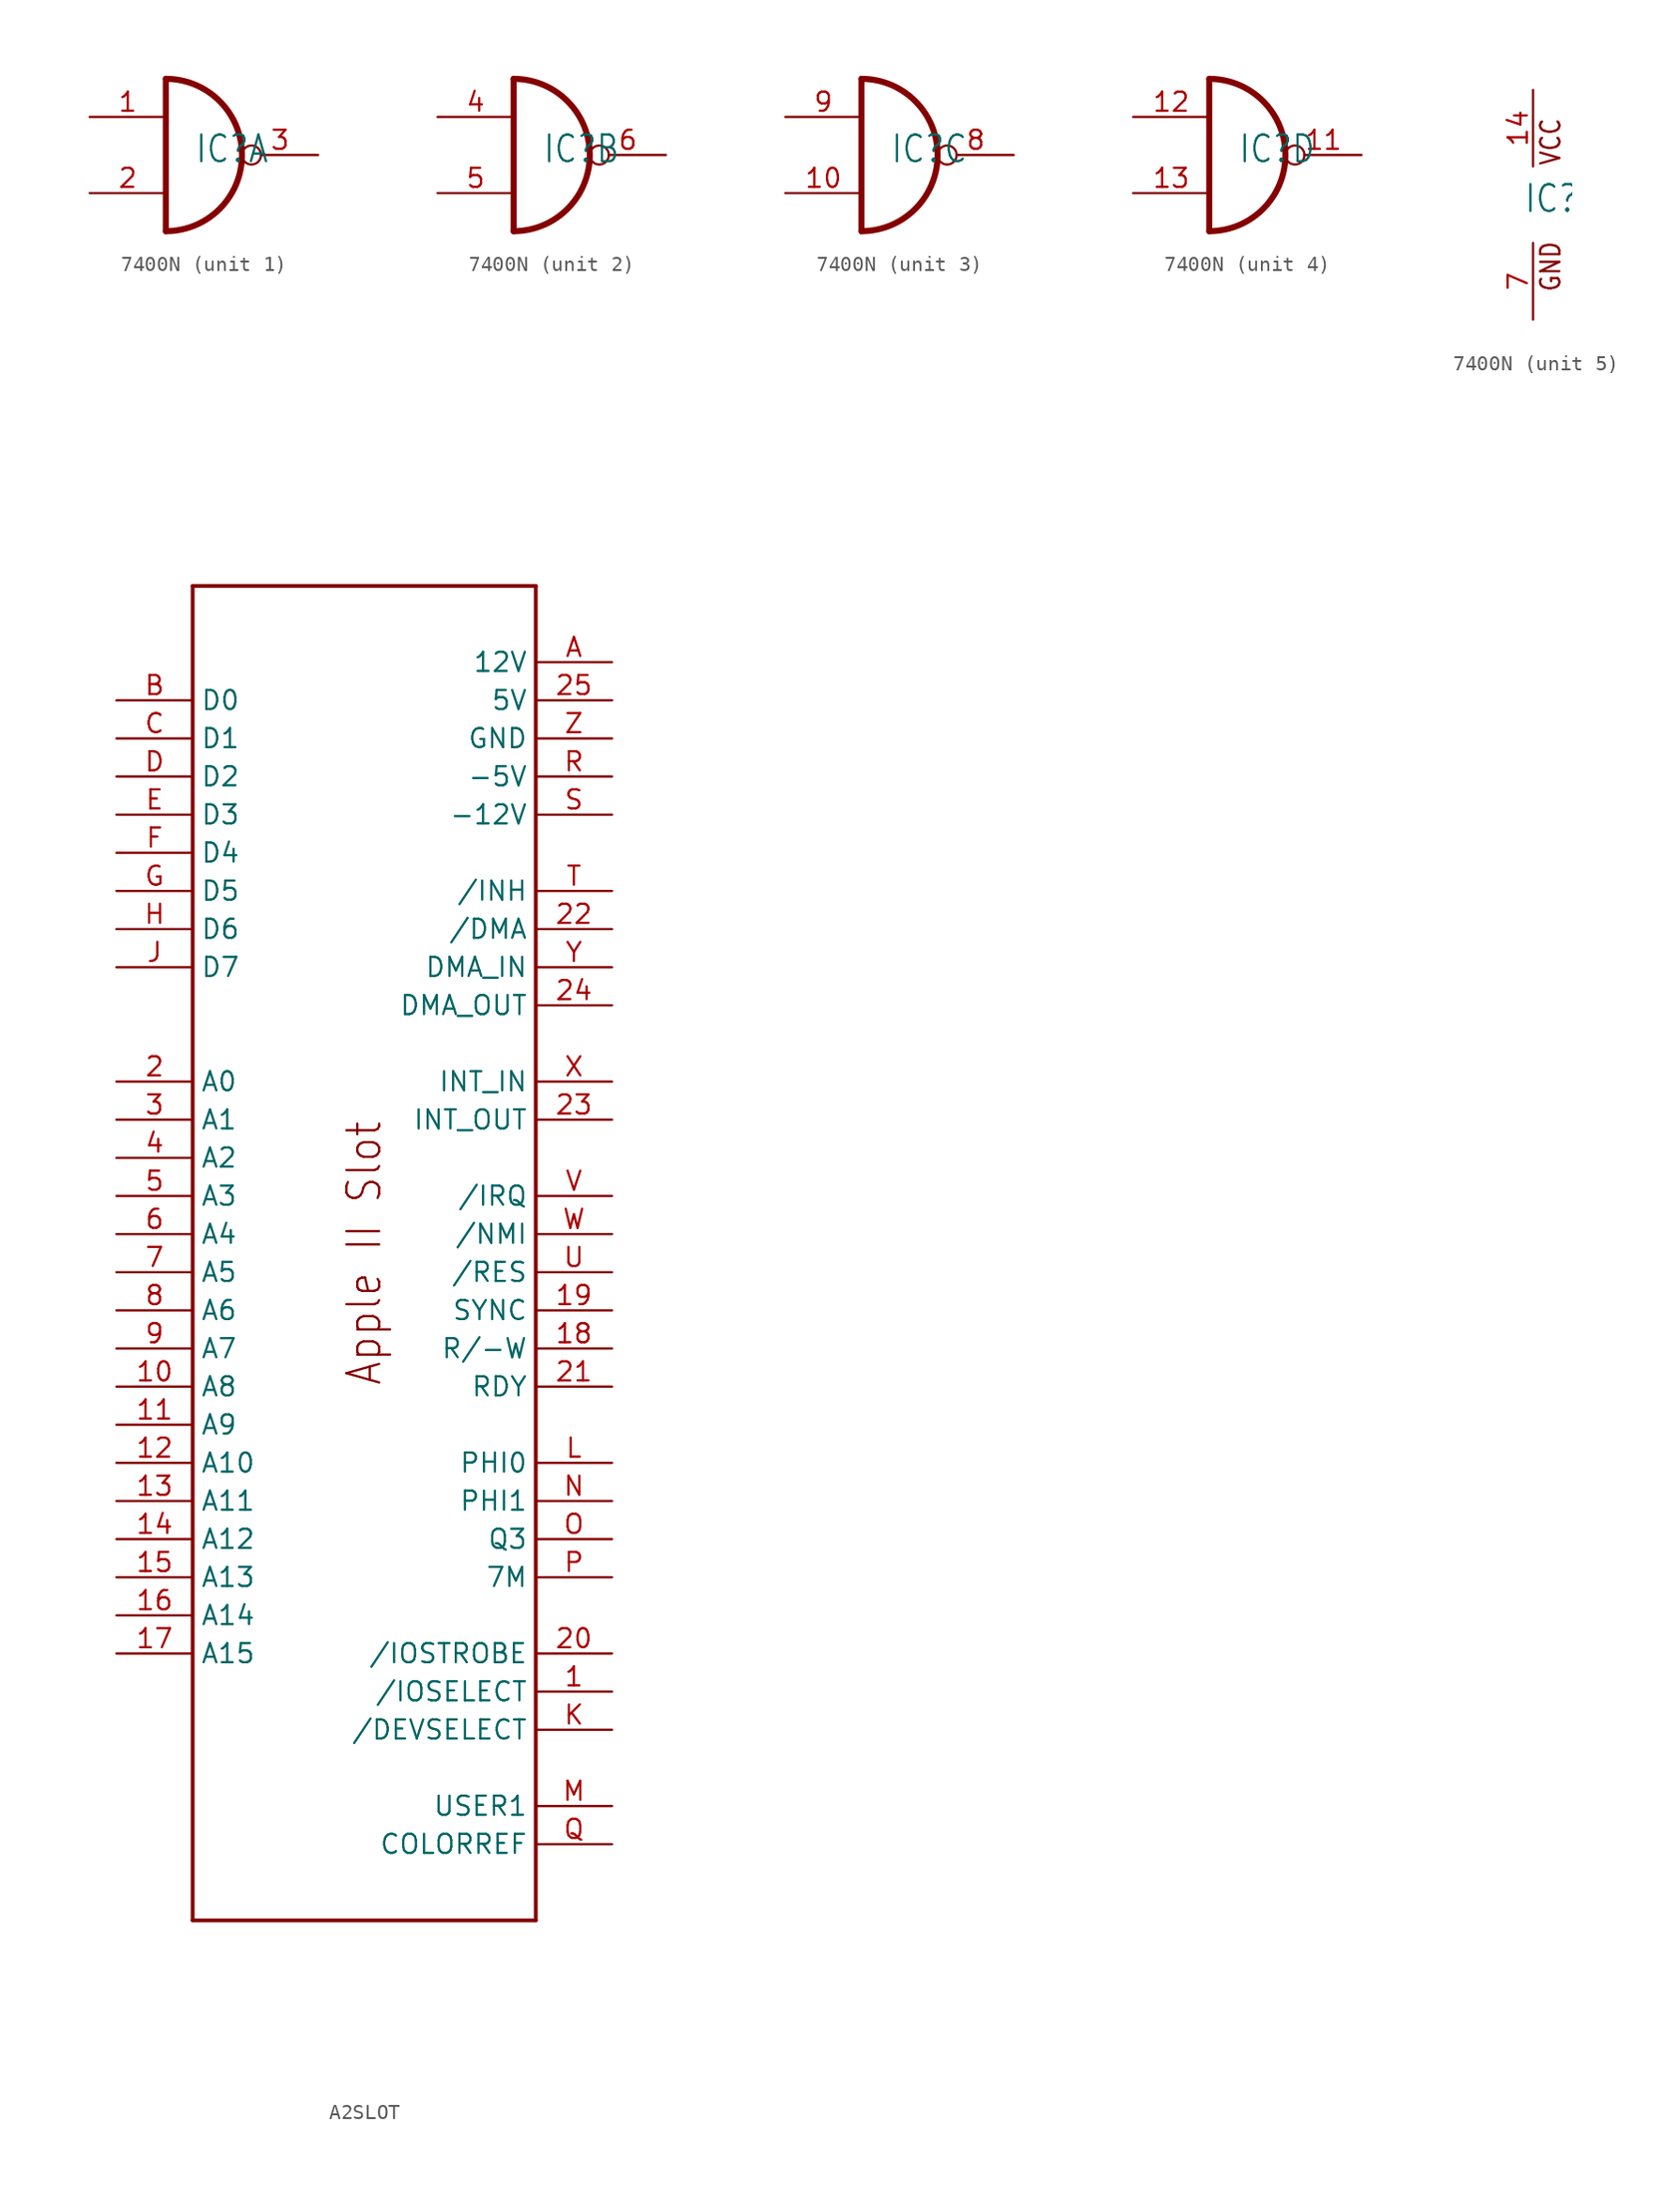
<source format=kicad_sym>
(kicad_symbol_lib
  (version 20220914)
  (generator kicad_symbol_editor)
  (symbol "7400N"
    (property "Reference" "IC"
      (at -0.635 -0.635 0)
      (effects (font (size 1.778 1.511)) (justify left bottom)))
    (property "ki_locked" ""
      (at 0 0 0)
      (effects (font (size 1.27 1.27))))
    (symbol "7400N_1_0"
      (arc (start -2.54 -5.08) (mid 2.54 0) (end -2.54 5.08) (stroke (width 0.4064) (type solid)) (fill (type none)))
      (polyline (pts (xy -2.54 5.08) (xy -2.54 -5.08)) (stroke (width 0.406) (type solid)) (fill (type none)))
      (pin input line (at -7.62 2.54 0) (length 5.08) (name "I0" (effects (font (size 0 0)))) (number "1" (effects (font (size 1.27 1.27)))))
      (pin input line (at -7.62 -2.54 0) (length 5.08) (name "I1" (effects (font (size 0 0)))) (number "2" (effects (font (size 1.27 1.27)))))
      (pin output inverted (at 7.62 0 180) (length 5.08) (name "O" (effects (font (size 0 0)))) (number "3" (effects (font (size 1.27 1.27))))))
    (symbol "7400N_2_0"
      (arc (start -2.54 -5.08) (mid 2.54 0) (end -2.54 5.08) (stroke (width 0.4064) (type solid)) (fill (type none)))
      (polyline (pts (xy -2.54 5.08) (xy -2.54 -5.08)) (stroke (width 0.406) (type solid)) (fill (type none)))
      (pin input line (at -7.62 2.54 0) (length 5.08) (name "I0" (effects (font (size 0 0)))) (number "4" (effects (font (size 1.27 1.27)))))
      (pin input line (at -7.62 -2.54 0) (length 5.08) (name "I1" (effects (font (size 0 0)))) (number "5" (effects (font (size 1.27 1.27)))))
      (pin output inverted (at 7.62 0 180) (length 5.08) (name "O" (effects (font (size 0 0)))) (number "6" (effects (font (size 1.27 1.27))))))
    (symbol "7400N_3_0"
      (arc (start -2.54 -5.08) (mid 2.54 0) (end -2.54 5.08) (stroke (width 0.4064) (type solid)) (fill (type none)))
      (polyline (pts (xy -2.54 5.08) (xy -2.54 -5.08)) (stroke (width 0.406) (type solid)) (fill (type none)))
      (pin input line (at -7.62 -2.54 0) (length 5.08) (name "I1" (effects (font (size 0 0)))) (number "10" (effects (font (size 1.27 1.27)))))
      (pin output inverted (at 7.62 0 180) (length 5.08) (name "O" (effects (font (size 0 0)))) (number "8" (effects (font (size 1.27 1.27)))))
      (pin input line (at -7.62 2.54 0) (length 5.08) (name "I0" (effects (font (size 0 0)))) (number "9" (effects (font (size 1.27 1.27))))))
    (symbol "7400N_4_0"
      (arc (start -2.54 -5.08) (mid 2.54 0) (end -2.54 5.08) (stroke (width 0.4064) (type solid)) (fill (type none)))
      (polyline (pts (xy -2.54 5.08) (xy -2.54 -5.08)) (stroke (width 0.406) (type solid)) (fill (type none)))
      (pin output inverted (at 7.62 0 180) (length 5.08) (name "O" (effects (font (size 0 0)))) (number "11" (effects (font (size 1.27 1.27)))))
      (pin input line (at -7.62 2.54 0) (length 5.08) (name "I0" (effects (font (size 0 0)))) (number "12" (effects (font (size 1.27 1.27)))))
      (pin input line (at -7.62 -2.54 0) (length 5.08) (name "I1" (effects (font (size 0 0)))) (number "13" (effects (font (size 1.27 1.27))))))
    (symbol "7400N_5_0"
      (text "GND" (at 1.905 -5.842 900) (effects (font (size 1.27 1.079)) (justify left bottom)))
      (text "VCC" (at 1.905 2.54 900) (effects (font (size 1.27 1.079)) (justify left bottom)))
      (pin power_in line (at 0 7.62 270) (length 5.08) (name "VCC" (effects (font (size 0 0)))) (number "14" (effects (font (size 1.27 1.27)))))
      (pin power_in line (at 0 -7.62 90) (length 5.08) (name "GND" (effects (font (size 0 0)))) (number "7" (effects (font (size 1.27 1.27)))))))
  (symbol "A2SLOT"
    (property "Reference" ""
      (at -7.62 22.86 0)
      (effects (font (size 2.184 1.857)) (justify left bottom) hide))
    (property "Value" ""
      (at -7.62 -68.58 0)
      (effects (font (size 2.184 1.857)) (justify left bottom)))
    (property "ki_locked" ""
      (at 0 0 0)
      (effects (font (size 1.27 1.27))))
    (symbol "A2SLOT_1_0"
      (polyline (pts (xy -12.7 -66.04) (xy -12.7 22.86)) (stroke (width 0.254) (type solid)) (fill (type none)))
      (polyline (pts (xy -12.7 22.86) (xy 10.16 22.86)) (stroke (width 0.254) (type solid)) (fill (type none)))
      (polyline (pts (xy 10.16 -66.04) (xy -12.7 -66.04)) (stroke (width 0.254) (type solid)) (fill (type none)))
      (polyline (pts (xy 10.16 22.86) (xy 10.16 -66.04)) (stroke (width 0.254) (type solid)) (fill (type none)))
      (text "Apple II Slot" (at 0 -30.48 900) (effects (font (size 2.184 1.857)) (justify left bottom)))
      (pin bidirectional line (at 15.24 -50.8 180) (length 5.08) (name "/IOSELECT" (effects (font (size 1.27 1.27)))) (number "1" (effects (font (size 1.27 1.27)))))
      (pin bidirectional line (at -17.78 -30.48 0) (length 5.08) (name "A8" (effects (font (size 1.27 1.27)))) (number "10" (effects (font (size 1.27 1.27)))))
      (pin bidirectional line (at -17.78 -33.02 0) (length 5.08) (name "A9" (effects (font (size 1.27 1.27)))) (number "11" (effects (font (size 1.27 1.27)))))
      (pin bidirectional line (at -17.78 -35.56 0) (length 5.08) (name "A10" (effects (font (size 1.27 1.27)))) (number "12" (effects (font (size 1.27 1.27)))))
      (pin bidirectional line (at -17.78 -38.1 0) (length 5.08) (name "A11" (effects (font (size 1.27 1.27)))) (number "13" (effects (font (size 1.27 1.27)))))
      (pin bidirectional line (at -17.78 -40.64 0) (length 5.08) (name "A12" (effects (font (size 1.27 1.27)))) (number "14" (effects (font (size 1.27 1.27)))))
      (pin bidirectional line (at -17.78 -43.18 0) (length 5.08) (name "A13" (effects (font (size 1.27 1.27)))) (number "15" (effects (font (size 1.27 1.27)))))
      (pin bidirectional line (at -17.78 -45.72 0) (length 5.08) (name "A14" (effects (font (size 1.27 1.27)))) (number "16" (effects (font (size 1.27 1.27)))))
      (pin bidirectional line (at -17.78 -48.26 0) (length 5.08) (name "A15" (effects (font (size 1.27 1.27)))) (number "17" (effects (font (size 1.27 1.27)))))
      (pin bidirectional line (at 15.24 -27.94 180) (length 5.08) (name "R/-W" (effects (font (size 1.27 1.27)))) (number "18" (effects (font (size 1.27 1.27)))))
      (pin bidirectional line (at 15.24 -25.4 180) (length 5.08) (name "SYNC" (effects (font (size 1.27 1.27)))) (number "19" (effects (font (size 1.27 1.27)))))
      (pin bidirectional line (at -17.78 -10.16 0) (length 5.08) (name "A0" (effects (font (size 1.27 1.27)))) (number "2" (effects (font (size 1.27 1.27)))))
      (pin bidirectional line (at 15.24 -48.26 180) (length 5.08) (name "/IOSTROBE" (effects (font (size 1.27 1.27)))) (number "20" (effects (font (size 1.27 1.27)))))
      (pin bidirectional line (at 15.24 -30.48 180) (length 5.08) (name "RDY" (effects (font (size 1.27 1.27)))) (number "21" (effects (font (size 1.27 1.27)))))
      (pin bidirectional line (at 15.24 0 180) (length 5.08) (name "/DMA" (effects (font (size 1.27 1.27)))) (number "22" (effects (font (size 1.27 1.27)))))
      (pin bidirectional line (at 15.24 -12.7 180) (length 5.08) (name "INT_OUT" (effects (font (size 1.27 1.27)))) (number "23" (effects (font (size 1.27 1.27)))))
      (pin bidirectional line (at 15.24 -5.08 180) (length 5.08) (name "DMA_OUT" (effects (font (size 1.27 1.27)))) (number "24" (effects (font (size 1.27 1.27)))))
      (pin bidirectional line (at 15.24 15.24 180) (length 5.08) (name "5V" (effects (font (size 1.27 1.27)))) (number "25" (effects (font (size 1.27 1.27)))))
      (pin bidirectional line (at -17.78 -12.7 0) (length 5.08) (name "A1" (effects (font (size 1.27 1.27)))) (number "3" (effects (font (size 1.27 1.27)))))
      (pin bidirectional line (at -17.78 -15.24 0) (length 5.08) (name "A2" (effects (font (size 1.27 1.27)))) (number "4" (effects (font (size 1.27 1.27)))))
      (pin bidirectional line (at -17.78 -17.78 0) (length 5.08) (name "A3" (effects (font (size 1.27 1.27)))) (number "5" (effects (font (size 1.27 1.27)))))
      (pin bidirectional line (at -17.78 -20.32 0) (length 5.08) (name "A4" (effects (font (size 1.27 1.27)))) (number "6" (effects (font (size 1.27 1.27)))))
      (pin bidirectional line (at -17.78 -22.86 0) (length 5.08) (name "A5" (effects (font (size 1.27 1.27)))) (number "7" (effects (font (size 1.27 1.27)))))
      (pin bidirectional line (at -17.78 -25.4 0) (length 5.08) (name "A6" (effects (font (size 1.27 1.27)))) (number "8" (effects (font (size 1.27 1.27)))))
      (pin bidirectional line (at -17.78 -27.94 0) (length 5.08) (name "A7" (effects (font (size 1.27 1.27)))) (number "9" (effects (font (size 1.27 1.27)))))
      (pin bidirectional line (at 15.24 17.78 180) (length 5.08) (name "12V" (effects (font (size 1.27 1.27)))) (number "A" (effects (font (size 1.27 1.27)))))
      (pin bidirectional line (at -17.78 15.24 0) (length 5.08) (name "D0" (effects (font (size 1.27 1.27)))) (number "B" (effects (font (size 1.27 1.27)))))
      (pin bidirectional line (at -17.78 12.7 0) (length 5.08) (name "D1" (effects (font (size 1.27 1.27)))) (number "C" (effects (font (size 1.27 1.27)))))
      (pin bidirectional line (at -17.78 10.16 0) (length 5.08) (name "D2" (effects (font (size 1.27 1.27)))) (number "D" (effects (font (size 1.27 1.27)))))
      (pin bidirectional line (at -17.78 7.62 0) (length 5.08) (name "D3" (effects (font (size 1.27 1.27)))) (number "E" (effects (font (size 1.27 1.27)))))
      (pin bidirectional line (at -17.78 5.08 0) (length 5.08) (name "D4" (effects (font (size 1.27 1.27)))) (number "F" (effects (font (size 1.27 1.27)))))
      (pin bidirectional line (at -17.78 2.54 0) (length 5.08) (name "D5" (effects (font (size 1.27 1.27)))) (number "G" (effects (font (size 1.27 1.27)))))
      (pin bidirectional line (at -17.78 0 0) (length 5.08) (name "D6" (effects (font (size 1.27 1.27)))) (number "H" (effects (font (size 1.27 1.27)))))
      (pin bidirectional line (at -17.78 -2.54 0) (length 5.08) (name "D7" (effects (font (size 1.27 1.27)))) (number "J" (effects (font (size 1.27 1.27)))))
      (pin bidirectional line (at 15.24 -53.34 180) (length 5.08) (name "/DEVSELECT" (effects (font (size 1.27 1.27)))) (number "K" (effects (font (size 1.27 1.27)))))
      (pin bidirectional line (at 15.24 -35.56 180) (length 5.08) (name "PHI0" (effects (font (size 1.27 1.27)))) (number "L" (effects (font (size 1.27 1.27)))))
      (pin bidirectional line (at 15.24 -58.42 180) (length 5.08) (name "USER1" (effects (font (size 1.27 1.27)))) (number "M" (effects (font (size 1.27 1.27)))))
      (pin bidirectional line (at 15.24 -38.1 180) (length 5.08) (name "PHI1" (effects (font (size 1.27 1.27)))) (number "N" (effects (font (size 1.27 1.27)))))
      (pin bidirectional line (at 15.24 -40.64 180) (length 5.08) (name "Q3" (effects (font (size 1.27 1.27)))) (number "O" (effects (font (size 1.27 1.27)))))
      (pin bidirectional line (at 15.24 -43.18 180) (length 5.08) (name "7M" (effects (font (size 1.27 1.27)))) (number "P" (effects (font (size 1.27 1.27)))))
      (pin bidirectional line (at 15.24 -60.96 180) (length 5.08) (name "COLORREF" (effects (font (size 1.27 1.27)))) (number "Q" (effects (font (size 1.27 1.27)))))
      (pin bidirectional line (at 15.24 10.16 180) (length 5.08) (name "-5V" (effects (font (size 1.27 1.27)))) (number "R" (effects (font (size 1.27 1.27)))))
      (pin bidirectional line (at 15.24 7.62 180) (length 5.08) (name "-12V" (effects (font (size 1.27 1.27)))) (number "S" (effects (font (size 1.27 1.27)))))
      (pin bidirectional line (at 15.24 2.54 180) (length 5.08) (name "/INH" (effects (font (size 1.27 1.27)))) (number "T" (effects (font (size 1.27 1.27)))))
      (pin bidirectional line (at 15.24 -22.86 180) (length 5.08) (name "/RES" (effects (font (size 1.27 1.27)))) (number "U" (effects (font (size 1.27 1.27)))))
      (pin bidirectional line (at 15.24 -17.78 180) (length 5.08) (name "/IRQ" (effects (font (size 1.27 1.27)))) (number "V" (effects (font (size 1.27 1.27)))))
      (pin bidirectional line (at 15.24 -20.32 180) (length 5.08) (name "/NMI" (effects (font (size 1.27 1.27)))) (number "W" (effects (font (size 1.27 1.27)))))
      (pin bidirectional line (at 15.24 -10.16 180) (length 5.08) (name "INT_IN" (effects (font (size 1.27 1.27)))) (number "X" (effects (font (size 1.27 1.27)))))
      (pin bidirectional line (at 15.24 -2.54 180) (length 5.08) (name "DMA_IN" (effects (font (size 1.27 1.27)))) (number "Y" (effects (font (size 1.27 1.27)))))
      (pin bidirectional line (at 15.24 12.7 180) (length 5.08) (name "GND" (effects (font (size 1.27 1.27)))) (number "Z" (effects (font (size 1.27 1.27))))))))
</source>
